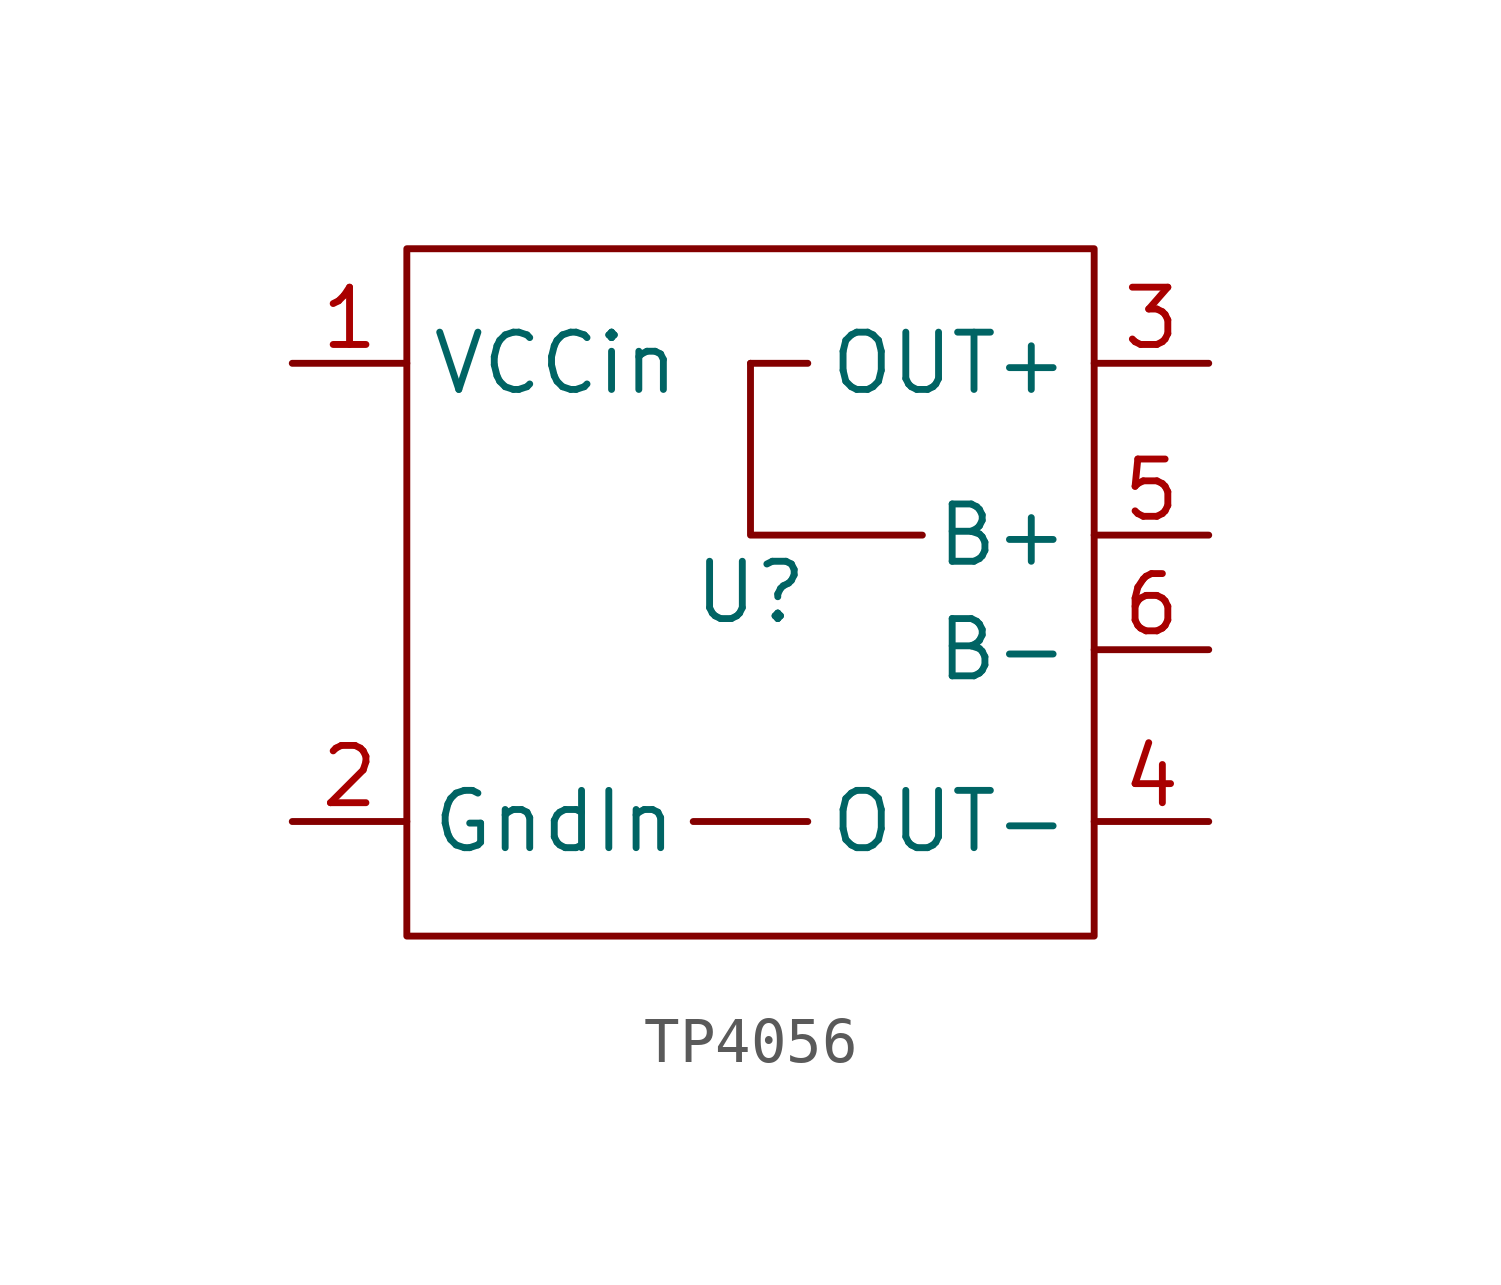
<source format=kicad_sym>
(kicad_symbol_lib
  (version 20231120)
  (generator "kicad_symbol_editor")
  (generator_version "8.0")
  (symbol "TP4056"
    (property "Reference" "U"
      (at 0 0 0)
      (effects (font (size 1.27 1.27))))
    (property "Value" ""
      (at -1.27 0 0)
      (effects (font (size 1.27 1.27))))
    (symbol "TP4056_0_1"
      (rectangle (start -7.62 7.62) (end 7.62 -7.62) (stroke (width 0) (type default)) (fill (type none)))
      (polyline (pts (xy 0 5.08) (xy 1.27 5.08)) (stroke (width 0) (type default)) (fill (type none)))
      (polyline (pts (xy 1.27 -5.08) (xy -1.27 -5.08)) (stroke (width 0) (type default)) (fill (type none)))
      (polyline (pts (xy 0 5.08) (xy 0 1.27) (xy 3.81 1.27)) (stroke (width 0) (type default)) (fill (type none))))
    (symbol "TP4056_1_1"
      (pin passive line (at -10.16 5.08 0) (length 2.54) (name "VCCin" (effects (font (size 1.27 1.27)))) (number "1" (effects (font (size 1.27 1.27)))))
      (pin passive line (at -10.16 -5.08 0) (length 2.54) (name "GndIn" (effects (font (size 1.27 1.27)))) (number "2" (effects (font (size 1.27 1.27)))))
      (pin passive line (at 10.16 5.08 180) (length 2.54) (name "OUT+" (effects (font (size 1.27 1.27)))) (number "3" (effects (font (size 1.27 1.27)))))
      (pin passive line (at 10.16 -5.08 180) (length 2.54) (name "OUT-" (effects (font (size 1.27 1.27)))) (number "4" (effects (font (size 1.27 1.27)))))
      (pin passive line (at 10.16 1.27 180) (length 2.54) (name "B+" (effects (font (size 1.27 1.27)))) (number "5" (effects (font (size 1.27 1.27)))))
      (pin passive line (at 10.16 -1.27 180) (length 2.54) (name "B-" (effects (font (size 1.27 1.27)))) (number "6" (effects (font (size 1.27 1.27))))))))
</source>
